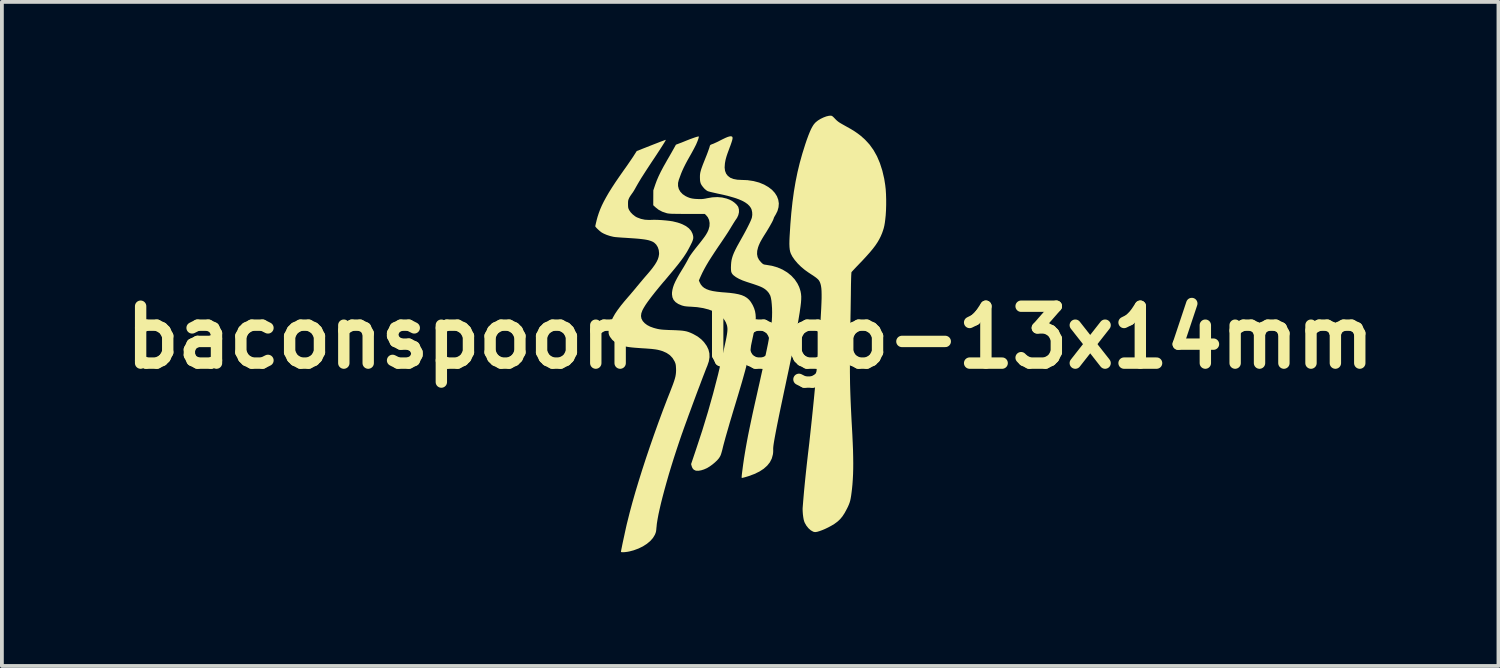
<source format=kicad_pcb>
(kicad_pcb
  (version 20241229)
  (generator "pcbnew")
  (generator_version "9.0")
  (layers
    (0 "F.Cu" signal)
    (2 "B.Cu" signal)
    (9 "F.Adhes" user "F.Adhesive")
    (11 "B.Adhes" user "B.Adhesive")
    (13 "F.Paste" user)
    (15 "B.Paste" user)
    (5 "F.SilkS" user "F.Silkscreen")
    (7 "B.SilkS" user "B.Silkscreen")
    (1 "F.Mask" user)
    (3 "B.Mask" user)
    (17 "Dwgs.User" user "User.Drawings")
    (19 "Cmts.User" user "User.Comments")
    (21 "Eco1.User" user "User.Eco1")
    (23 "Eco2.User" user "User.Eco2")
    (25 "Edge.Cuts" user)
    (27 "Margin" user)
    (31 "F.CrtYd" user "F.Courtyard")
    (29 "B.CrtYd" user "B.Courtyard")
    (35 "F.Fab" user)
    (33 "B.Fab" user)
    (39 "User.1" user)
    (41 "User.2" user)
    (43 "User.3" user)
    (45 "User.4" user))
  (footprint "baconspoon-logo-13x14mm"
    (layer "F.Cu")
    (at 16.729 5.845)
    (property "Reference" "baconspoon-logo-13x14mm" (at 0 0 0) (layer "F.SilkS") (effects (font (size 1.5 1.5) (thickness 0.3))))
    (attr board_only exclude_from_pos_files exclude_from_bom)
    (fp_poly (pts (xy 2.136 -5.844) (xy 2.156 -5.838) (xy 2.177 -5.823) (xy 2.204 -5.798) (xy 2.228 -5.773) (xy 2.257 -5.743) (xy 2.282 -5.719) (xy 2.308 -5.697) (xy 2.337 -5.675) (xy 2.373 -5.652) (xy 2.419 -5.625) (xy 2.479 -5.591) (xy 2.552 -5.55) (xy 2.659 -5.49) (xy 2.75 -5.434) (xy 2.83 -5.379) (xy 2.904 -5.323) (xy 2.976 -5.26) (xy 3.027 -5.214) (xy 3.146 -5.085) (xy 3.251 -4.939) (xy 3.343 -4.775) (xy 3.42 -4.594) (xy 3.484 -4.395) (xy 3.534 -4.18) (xy 3.56 -4.017) (xy 3.573 -3.903) (xy 3.581 -3.774) (xy 3.585 -3.634) (xy 3.585 -3.492) (xy 3.581 -3.352) (xy 3.573 -3.221) (xy 3.572 -3.211) (xy 3.561 -3.108) (xy 3.55 -3.021) (xy 3.537 -2.947) (xy 3.521 -2.88) (xy 3.501 -2.815) (xy 3.477 -2.747) (xy 3.442 -2.665) (xy 3.402 -2.585) (xy 3.355 -2.505) (xy 3.3 -2.423) (xy 3.234 -2.336) (xy 3.156 -2.242) (xy 3.065 -2.14) (xy 2.959 -2.025) (xy 2.923 -1.988) (xy 2.863 -1.925) (xy 2.807 -1.867) (xy 2.758 -1.815) (xy 2.718 -1.772) (xy 2.689 -1.741) (xy 2.673 -1.722) (xy 2.671 -1.719) (xy 2.668 -1.704) (xy 2.666 -1.669) (xy 2.663 -1.618) (xy 2.661 -1.552) (xy 2.659 -1.474) (xy 2.657 -1.387) (xy 2.656 -1.317) (xy 2.655 -1.228) (xy 2.654 -1.121) (xy 2.652 -0.999) (xy 2.65 -0.867) (xy 2.648 -0.728) (xy 2.645 -0.586) (xy 2.643 -0.445) (xy 2.641 -0.31) (xy 2.64 -0.288) (xy 2.636 -0.047) (xy 2.633 0.174) (xy 2.631 0.377) (xy 2.63 0.565) (xy 2.629 0.741) (xy 2.629 0.906) (xy 2.631 1.065) (xy 2.633 1.219) (xy 2.637 1.37) (xy 2.642 1.522) (xy 2.648 1.676) (xy 2.655 1.836) (xy 2.663 2.004) (xy 2.672 2.182) (xy 2.68 2.324) (xy 2.693 2.56) (xy 2.703 2.775) (xy 2.711 2.971) (xy 2.715 3.152) (xy 2.717 3.317) (xy 2.716 3.47) (xy 2.712 3.613) (xy 2.705 3.747) (xy 2.696 3.875) (xy 2.684 3.998) (xy 2.674 4.079) (xy 2.662 4.169) (xy 2.65 4.242) (xy 2.637 4.303) (xy 2.621 4.357) (xy 2.601 4.41) (xy 2.576 4.467) (xy 2.55 4.519) (xy 2.492 4.627) (xy 2.433 4.718) (xy 2.371 4.793) (xy 2.3 4.859) (xy 2.218 4.919) (xy 2.138 4.967) (xy 2.058 5.01) (xy 1.977 5.049) (xy 1.899 5.082) (xy 1.827 5.108) (xy 1.767 5.126) (xy 1.72 5.133) (xy 1.71 5.133) (xy 1.681 5.129) (xy 1.66 5.122) (xy 1.596 5.086) (xy 1.536 5.032) (xy 1.482 4.965) (xy 1.439 4.89) (xy 1.422 4.847) (xy 1.409 4.798) (xy 1.398 4.733) (xy 1.389 4.661) (xy 1.384 4.589) (xy 1.382 4.524) (xy 1.383 4.497) (xy 1.4 4.285) (xy 1.419 4.065) (xy 1.441 3.836) (xy 1.466 3.593) (xy 1.494 3.334) (xy 1.523 3.08) (xy 1.557 2.792) (xy 1.589 2.497) (xy 1.621 2.2) (xy 1.652 1.901) (xy 1.682 1.603) (xy 1.71 1.308) (xy 1.737 1.018) (xy 1.763 0.736) (xy 1.786 0.462) (xy 1.808 0.199) (xy 1.827 -0.05) (xy 1.844 -0.284) (xy 1.858 -0.5) (xy 1.869 -0.698) (xy 1.873 -0.773) (xy 1.879 -0.914) (xy 1.883 -1.034) (xy 1.883 -1.137) (xy 1.881 -1.223) (xy 1.876 -1.295) (xy 1.867 -1.356) (xy 1.855 -1.407) (xy 1.84 -1.45) (xy 1.822 -1.486) (xy 1.808 -1.507) (xy 1.79 -1.528) (xy 1.765 -1.551) (xy 1.732 -1.578) (xy 1.687 -1.61) (xy 1.628 -1.649) (xy 1.553 -1.699) (xy 1.543 -1.705) (xy 1.438 -1.78) (xy 1.339 -1.863) (xy 1.25 -1.951) (xy 1.173 -2.042) (xy 1.111 -2.131) (xy 1.072 -2.207) (xy 1.055 -2.255) (xy 1.043 -2.313) (xy 1.036 -2.383) (xy 1.033 -2.467) (xy 1.035 -2.569) (xy 1.039 -2.656) (xy 1.059 -2.979) (xy 1.084 -3.282) (xy 1.115 -3.569) (xy 1.152 -3.842) (xy 1.196 -4.102) (xy 1.247 -4.354) (xy 1.306 -4.598) (xy 1.373 -4.839) (xy 1.448 -5.078) (xy 1.449 -5.082) (xy 1.493 -5.212) (xy 1.533 -5.321) (xy 1.57 -5.413) (xy 1.604 -5.49) (xy 1.637 -5.552) (xy 1.669 -5.604) (xy 1.702 -5.645) (xy 1.728 -5.672) (xy 1.787 -5.719) (xy 1.857 -5.762) (xy 1.932 -5.798) (xy 2.007 -5.826) (xy 2.075 -5.842) (xy 2.111 -5.845)) (stroke (width 0) (type solid)) (fill yes) (layer "F.SilkS"))
    (fp_poly (pts (xy -1.356 -5.298) (xy -1.355 -5.283) (xy -1.362 -5.251) (xy -1.376 -5.208) (xy -1.396 -5.156) (xy -1.42 -5.1) (xy -1.427 -5.083) (xy -1.449 -5.04) (xy -1.478 -4.983) (xy -1.514 -4.916) (xy -1.552 -4.847) (xy -1.584 -4.79) (xy -1.651 -4.672) (xy -1.706 -4.569) (xy -1.752 -4.477) (xy -1.79 -4.394) (xy -1.822 -4.317) (xy -1.829 -4.298) (xy -1.847 -4.249) (xy -1.864 -4.202) (xy -1.878 -4.165) (xy -1.881 -4.158) (xy -1.902 -4.072) (xy -1.902 -3.989) (xy -1.882 -3.911) (xy -1.841 -3.839) (xy -1.781 -3.776) (xy -1.705 -3.725) (xy -1.645 -3.696) (xy -1.589 -3.675) (xy -1.53 -3.661) (xy -1.462 -3.652) (xy -1.394 -3.648) (xy -1.326 -3.646) (xy -1.273 -3.647) (xy -1.224 -3.652) (xy -1.171 -3.661) (xy -1.145 -3.667) (xy -1 -3.692) (xy -0.866 -3.699) (xy -0.74 -3.688) (xy -0.619 -3.659) (xy -0.544 -3.631) (xy -0.479 -3.598) (xy -0.417 -3.554) (xy -0.364 -3.506) (xy -0.325 -3.456) (xy -0.314 -3.436) (xy -0.297 -3.371) (xy -0.296 -3.299) (xy -0.313 -3.224) (xy -0.345 -3.154) (xy -0.369 -3.118) (xy -0.388 -3.091) (xy -0.414 -3.051) (xy -0.445 -3.002) (xy -0.477 -2.949) (xy -0.48 -2.945) (xy -0.512 -2.892) (xy -0.543 -2.841) (xy -0.575 -2.789) (xy -0.61 -2.735) (xy -0.65 -2.674) (xy -0.697 -2.604) (xy -0.752 -2.522) (xy -0.818 -2.425) (xy -0.837 -2.398) (xy -0.934 -2.253) (xy -1.018 -2.124) (xy -1.092 -2.008) (xy -1.155 -1.902) (xy -1.209 -1.805) (xy -1.257 -1.713) (xy -1.298 -1.625) (xy -1.31 -1.599) (xy -1.353 -1.5) (xy -1.332 -1.451) (xy -1.302 -1.394) (xy -1.263 -1.346) (xy -1.214 -1.305) (xy -1.152 -1.271) (xy -1.076 -1.243) (xy -0.985 -1.221) (xy -0.875 -1.204) (xy -0.745 -1.19) (xy -0.677 -1.185) (xy -0.535 -1.173) (xy -0.413 -1.157) (xy -0.309 -1.137) (xy -0.221 -1.112) (xy -0.147 -1.08) (xy -0.084 -1.04) (xy -0.03 -0.992) (xy 0.016 -0.935) (xy 0.057 -0.867) (xy 0.072 -0.839) (xy 0.104 -0.766) (xy 0.127 -0.692) (xy 0.141 -0.613) (xy 0.147 -0.527) (xy 0.143 -0.432) (xy 0.131 -0.324) (xy 0.111 -0.201) (xy 0.081 -0.06) (xy 0.079 -0.051) (xy 0.064 0.018) (xy 0.047 0.099) (xy 0.029 0.183) (xy 0.014 0.259) (xy 0.012 0.265) (xy -0.011 0.378) (xy -0.037 0.493) (xy -0.065 0.612) (xy -0.097 0.738) (xy -0.132 0.872) (xy -0.172 1.016) (xy -0.216 1.173) (xy -0.267 1.345) (xy -0.323 1.534) (xy -0.386 1.742) (xy -0.395 1.772) (xy -0.445 1.936) (xy -0.492 2.095) (xy -0.538 2.247) (xy -0.579 2.39) (xy -0.617 2.521) (xy -0.651 2.64) (xy -0.679 2.743) (xy -0.702 2.828) (xy -0.716 2.883) (xy -0.735 2.962) (xy -0.752 3.024) (xy -0.766 3.07) (xy -0.779 3.107) (xy -0.793 3.136) (xy -0.809 3.163) (xy -0.828 3.191) (xy -0.871 3.241) (xy -0.929 3.296) (xy -0.995 3.351) (xy -1.064 3.401) (xy -1.131 3.442) (xy -1.14 3.447) (xy -1.217 3.481) (xy -1.293 3.505) (xy -1.365 3.517) (xy -1.425 3.515) (xy -1.439 3.512) (xy -1.487 3.489) (xy -1.522 3.448) (xy -1.541 3.402) (xy -1.558 3.341) (xy -1.429 2.958) (xy -1.264 2.457) (xy -1.114 1.965) (xy -0.976 1.476) (xy -0.848 0.983) (xy -0.73 0.48) (xy -0.667 0.194) (xy -0.643 0.084) (xy -0.625 -0.007) (xy -0.612 -0.082) (xy -0.604 -0.143) (xy -0.6 -0.193) (xy -0.6 -0.236) (xy -0.604 -0.274) (xy -0.611 -0.309) (xy -0.616 -0.328) (xy -0.642 -0.396) (xy -0.677 -0.457) (xy -0.726 -0.516) (xy -0.763 -0.552) (xy -0.856 -0.625) (xy -0.967 -0.686) (xy -1.096 -0.735) (xy -1.241 -0.772) (xy -1.4 -0.797) (xy -1.551 -0.808) (xy -1.626 -0.812) (xy -1.684 -0.817) (xy -1.731 -0.823) (xy -1.772 -0.833) (xy -1.804 -0.842) (xy -1.896 -0.881) (xy -1.967 -0.929) (xy -2.019 -0.987) (xy -2.05 -1.056) (xy -2.062 -1.135) (xy -2.061 -1.186) (xy -2.051 -1.252) (xy -2.034 -1.321) (xy -2.008 -1.395) (xy -1.972 -1.476) (xy -1.924 -1.568) (xy -1.865 -1.672) (xy -1.793 -1.79) (xy -1.754 -1.854) (xy -1.714 -1.922) (xy -1.677 -1.987) (xy -1.647 -2.042) (xy -1.635 -2.065) (xy -1.611 -2.11) (xy -1.581 -2.158) (xy -1.544 -2.211) (xy -1.498 -2.273) (xy -1.44 -2.348) (xy -1.404 -2.393) (xy -1.331 -2.484) (xy -1.271 -2.561) (xy -1.222 -2.626) (xy -1.183 -2.681) (xy -1.153 -2.729) (xy -1.128 -2.773) (xy -1.109 -2.814) (xy -1.098 -2.841) (xy -1.074 -2.929) (xy -1.07 -3.015) (xy -1.084 -3.095) (xy -1.118 -3.168) (xy -1.163 -3.222) (xy -1.198 -3.255) (xy -1.662 -3.255) (xy -1.78 -3.255) (xy -1.878 -3.256) (xy -1.958 -3.257) (xy -2.022 -3.258) (xy -2.073 -3.259) (xy -2.114 -3.262) (xy -2.146 -3.265) (xy -2.172 -3.268) (xy -2.194 -3.273) (xy -2.203 -3.275) (xy -2.317 -3.313) (xy -2.414 -3.364) (xy -2.488 -3.422) (xy -2.556 -3.484) (xy -2.555 -3.68) (xy -2.554 -3.876) (xy -2.503 -4.028) (xy -2.464 -4.134) (xy -2.416 -4.246) (xy -2.357 -4.368) (xy -2.286 -4.502) (xy -2.202 -4.65) (xy -2.2 -4.655) (xy -2.16 -4.723) (xy -2.118 -4.796) (xy -2.078 -4.866) (xy -2.043 -4.928) (xy -2.026 -4.958) (xy -1.958 -5.08) (xy -1.862 -5.117) (xy -1.808 -5.137) (xy -1.744 -5.163) (xy -1.68 -5.189) (xy -1.647 -5.202) (xy -1.586 -5.226) (xy -1.526 -5.248) (xy -1.469 -5.268) (xy -1.42 -5.284) (xy -1.382 -5.294) (xy -1.36 -5.298)) (stroke (width 0) (type solid)) (fill yes) (layer "F.SilkS"))
    (fp_poly (pts (xy -0.506 -5.301) (xy -0.485 -5.297) (xy -0.471 -5.286) (xy -0.465 -5.266) (xy -0.466 -5.236) (xy -0.476 -5.193) (xy -0.494 -5.136) (xy -0.52 -5.061) (xy -0.54 -5.009) (xy -0.573 -4.919) (xy -0.6 -4.846) (xy -0.62 -4.786) (xy -0.635 -4.736) (xy -0.647 -4.691) (xy -0.656 -4.647) (xy -0.664 -4.601) (xy -0.667 -4.58) (xy -0.674 -4.478) (xy -0.663 -4.39) (xy -0.634 -4.316) (xy -0.587 -4.255) (xy -0.523 -4.208) (xy -0.441 -4.176) (xy -0.341 -4.157) (xy -0.245 -4.152) (xy -0.071 -4.145) (xy 0.089 -4.121) (xy 0.236 -4.082) (xy 0.367 -4.028) (xy 0.48 -3.963) (xy 0.575 -3.89) (xy 0.65 -3.808) (xy 0.705 -3.721) (xy 0.74 -3.628) (xy 0.755 -3.532) (xy 0.747 -3.432) (xy 0.719 -3.331) (xy 0.668 -3.23) (xy 0.666 -3.227) (xy 0.644 -3.191) (xy 0.628 -3.161) (xy 0.621 -3.143) (xy 0.621 -3.142) (xy 0.615 -3.121) (xy 0.599 -3.084) (xy 0.574 -3.034) (xy 0.541 -2.975) (xy 0.504 -2.909) (xy 0.462 -2.839) (xy 0.427 -2.781) (xy 0.371 -2.693) (xy 0.327 -2.621) (xy 0.292 -2.56) (xy 0.264 -2.509) (xy 0.243 -2.464) (xy 0.225 -2.422) (xy 0.21 -2.379) (xy 0.209 -2.379) (xy 0.185 -2.282) (xy 0.181 -2.195) (xy 0.196 -2.116) (xy 0.232 -2.045) (xy 0.282 -1.985) (xy 0.315 -1.952) (xy 0.34 -1.933) (xy 0.364 -1.922) (xy 0.394 -1.916) (xy 0.418 -1.913) (xy 0.573 -1.887) (xy 0.719 -1.845) (xy 0.853 -1.787) (xy 0.975 -1.714) (xy 1.082 -1.628) (xy 1.173 -1.53) (xy 1.246 -1.421) (xy 1.29 -1.331) (xy 1.312 -1.268) (xy 1.329 -1.207) (xy 1.34 -1.145) (xy 1.346 -1.078) (xy 1.345 -1.003) (xy 1.339 -0.916) (xy 1.327 -0.815) (xy 1.31 -0.697) (xy 1.305 -0.66) (xy 1.289 -0.564) (xy 1.274 -0.472) (xy 1.259 -0.384) (xy 1.244 -0.297) (xy 1.229 -0.209) (xy 1.213 -0.12) (xy 1.195 -0.027) (xy 1.176 0.071) (xy 1.155 0.177) (xy 1.132 0.292) (xy 1.106 0.418) (xy 1.078 0.556) (xy 1.046 0.708) (xy 1.011 0.876) (xy 0.971 1.062) (xy 0.928 1.267) (xy 0.904 1.377) (xy 0.855 1.611) (xy 0.81 1.824) (xy 0.77 2.016) (xy 0.735 2.189) (xy 0.704 2.342) (xy 0.678 2.477) (xy 0.656 2.594) (xy 0.638 2.693) (xy 0.624 2.776) (xy 0.614 2.843) (xy 0.608 2.895) (xy 0.606 2.933) (xy 0.606 2.952) (xy 0.607 2.994) (xy 0.604 3.046) (xy 0.598 3.089) (xy 0.569 3.195) (xy 0.519 3.293) (xy 0.448 3.382) (xy 0.356 3.464) (xy 0.244 3.537) (xy 0.11 3.602) (xy -0.044 3.659) (xy -0.131 3.685) (xy -0.176 3.697) (xy -0.204 3.704) (xy -0.219 3.704) (xy -0.225 3.699) (xy -0.226 3.689) (xy -0.226 3.688) (xy -0.224 3.662) (xy -0.22 3.618) (xy -0.213 3.559) (xy -0.204 3.489) (xy -0.194 3.412) (xy -0.183 3.331) (xy -0.171 3.25) (xy -0.163 3.193) (xy -0.14 3.052) (xy -0.115 2.905) (xy -0.087 2.75) (xy -0.056 2.586) (xy -0.02 2.409) (xy 0.02 2.218) (xy 0.064 2.01) (xy 0.114 1.784) (xy 0.141 1.664) (xy 0.18 1.492) (xy 0.214 1.339) (xy 0.245 1.204) (xy 0.271 1.085) (xy 0.294 0.981) (xy 0.315 0.888) (xy 0.333 0.806) (xy 0.349 0.732) (xy 0.364 0.664) (xy 0.378 0.6) (xy 0.391 0.538) (xy 0.395 0.519) (xy 0.43 0.354) (xy 0.46 0.21) (xy 0.486 0.084) (xy 0.507 -0.025) (xy 0.525 -0.119) (xy 0.539 -0.199) (xy 0.55 -0.267) (xy 0.558 -0.324) (xy 0.559 -0.333) (xy 0.57 -0.438) (xy 0.576 -0.548) (xy 0.578 -0.659) (xy 0.576 -0.769) (xy 0.569 -0.871) (xy 0.56 -0.964) (xy 0.546 -1.042) (xy 0.53 -1.1) (xy 0.492 -1.169) (xy 0.451 -1.218) (xy 0.423 -1.245) (xy 0.394 -1.269) (xy 0.363 -1.29) (xy 0.327 -1.311) (xy 0.284 -1.332) (xy 0.23 -1.354) (xy 0.164 -1.378) (xy 0.083 -1.406) (xy -0.016 -1.438) (xy -0.09 -1.462) (xy -0.2 -1.501) (xy -0.296 -1.544) (xy -0.376 -1.589) (xy -0.437 -1.635) (xy -0.445 -1.642) (xy -0.471 -1.67) (xy -0.489 -1.7) (xy -0.501 -1.734) (xy -0.506 -1.779) (xy -0.508 -1.837) (xy -0.505 -1.914) (xy -0.505 -1.917) (xy -0.5 -1.979) (xy -0.491 -2.039) (xy -0.476 -2.099) (xy -0.456 -2.162) (xy -0.428 -2.231) (xy -0.392 -2.308) (xy -0.347 -2.396) (xy -0.29 -2.499) (xy -0.244 -2.581) (xy -0.179 -2.697) (xy -0.12 -2.806) (xy -0.068 -2.906) (xy -0.024 -2.994) (xy 0.011 -3.069) (xy 0.035 -3.129) (xy 0.046 -3.165) (xy 0.055 -3.232) (xy 0.052 -3.302) (xy 0.037 -3.369) (xy 0.018 -3.412) (xy -0.02 -3.465) (xy -0.07 -3.514) (xy -0.135 -3.56) (xy -0.214 -3.603) (xy -0.31 -3.644) (xy -0.424 -3.683) (xy -0.556 -3.721) (xy -0.709 -3.759) (xy -0.858 -3.791) (xy -0.928 -3.807) (xy -0.994 -3.822) (xy -1.05 -3.835) (xy -1.093 -3.847) (xy -1.119 -3.855) (xy -1.12 -3.855) (xy -1.16 -3.88) (xy -1.205 -3.919) (xy -1.247 -3.967) (xy -1.283 -4.016) (xy -1.304 -4.057) (xy -1.316 -4.098) (xy -1.323 -4.146) (xy -1.325 -4.208) (xy -1.325 -4.22) (xy -1.325 -4.262) (xy -1.322 -4.301) (xy -1.316 -4.341) (xy -1.306 -4.383) (xy -1.292 -4.432) (xy -1.272 -4.49) (xy -1.246 -4.56) (xy -1.212 -4.645) (xy -1.18 -4.726) (xy -1.151 -4.798) (xy -1.125 -4.866) (xy -1.103 -4.927) (xy -1.085 -4.976) (xy -1.074 -5.01) (xy -1.072 -5.017) (xy -1.063 -5.051) (xy -1.052 -5.071) (xy -1.032 -5.083) (xy -1.001 -5.095) (xy -0.968 -5.107) (xy -0.922 -5.128) (xy -0.867 -5.153) (xy -0.811 -5.181) (xy -0.807 -5.184) (xy -0.721 -5.227) (xy -0.652 -5.26) (xy -0.597 -5.283) (xy -0.554 -5.296) (xy -0.521 -5.302)) (stroke (width 0) (type solid)) (fill yes) (layer "F.SilkS"))
    (fp_poly (pts (xy -2.229 -5.197) (xy -2.245 -5.167) (xy -2.274 -5.119) (xy -2.316 -5.052) (xy -2.37 -4.968) (xy -2.437 -4.865) (xy -2.517 -4.743) (xy -2.594 -4.628) (xy -2.679 -4.499) (xy -2.753 -4.386) (xy -2.817 -4.286) (xy -2.874 -4.197) (xy -2.924 -4.114) (xy -2.97 -4.036) (xy -3.013 -3.96) (xy -3.041 -3.91) (xy -3.067 -3.865) (xy -3.096 -3.82) (xy -3.12 -3.787) (xy -3.121 -3.786) (xy -3.147 -3.749) (xy -3.175 -3.705) (xy -3.19 -3.679) (xy -3.205 -3.645) (xy -3.215 -3.615) (xy -3.22 -3.58) (xy -3.221 -3.534) (xy -3.221 -3.515) (xy -3.22 -3.462) (xy -3.217 -3.425) (xy -3.209 -3.394) (xy -3.195 -3.364) (xy -3.192 -3.357) (xy -3.152 -3.298) (xy -3.097 -3.241) (xy -3.035 -3.192) (xy -2.986 -3.164) (xy -2.88 -3.124) (xy -2.775 -3.102) (xy -2.664 -3.096) (xy -2.623 -3.097) (xy -2.539 -3.1) (xy -2.439 -3.098) (xy -2.333 -3.092) (xy -2.227 -3.083) (xy -2.128 -3.072) (xy -2.044 -3.059) (xy -2.043 -3.059) (xy -1.908 -3.026) (xy -1.792 -2.984) (xy -1.694 -2.934) (xy -1.617 -2.876) (xy -1.559 -2.81) (xy -1.523 -2.739) (xy -1.508 -2.691) (xy -1.501 -2.649) (xy -1.502 -2.608) (xy -1.513 -2.564) (xy -1.533 -2.511) (xy -1.565 -2.446) (xy -1.575 -2.426) (xy -1.608 -2.362) (xy -1.641 -2.301) (xy -1.674 -2.243) (xy -1.711 -2.185) (xy -1.75 -2.126) (xy -1.795 -2.063) (xy -1.846 -1.995) (xy -1.904 -1.92) (xy -1.972 -1.836) (xy -2.049 -1.742) (xy -2.139 -1.635) (xy -2.241 -1.513) (xy -2.291 -1.456) (xy -2.415 -1.307) (xy -2.523 -1.174) (xy -2.616 -1.055) (xy -2.694 -0.95) (xy -2.758 -0.858) (xy -2.807 -0.778) (xy -2.84 -0.717) (xy -2.87 -0.636) (xy -2.879 -0.562) (xy -2.867 -0.494) (xy -2.833 -0.43) (xy -2.783 -0.375) (xy -2.717 -0.325) (xy -2.639 -0.284) (xy -2.545 -0.25) (xy -2.49 -0.235) (xy -2.442 -0.223) (xy -2.395 -0.214) (xy -2.345 -0.207) (xy -2.288 -0.202) (xy -2.219 -0.198) (xy -2.136 -0.194) (xy -2.059 -0.192) (xy -1.953 -0.188) (xy -1.865 -0.183) (xy -1.792 -0.177) (xy -1.731 -0.168) (xy -1.676 -0.157) (xy -1.625 -0.141) (xy -1.573 -0.121) (xy -1.518 -0.096) (xy -1.509 -0.092) (xy -1.389 -0.025) (xy -1.286 0.055) (xy -1.214 0.131) (xy -1.146 0.226) (xy -1.1 0.323) (xy -1.076 0.422) (xy -1.073 0.524) (xy -1.091 0.633) (xy -1.13 0.748) (xy -1.133 0.755) (xy -1.152 0.8) (xy -1.177 0.864) (xy -1.208 0.945) (xy -1.245 1.04) (xy -1.286 1.148) (xy -1.33 1.266) (xy -1.378 1.391) (xy -1.427 1.522) (xy -1.477 1.657) (xy -1.527 1.792) (xy -1.576 1.926) (xy -1.625 2.057) (xy -1.67 2.183) (xy -1.713 2.3) (xy -1.752 2.408) (xy -1.785 2.503) (xy -1.8 2.543) (xy -1.874 2.759) (xy -1.946 2.976) (xy -2.016 3.191) (xy -2.082 3.403) (xy -2.145 3.611) (xy -2.203 3.813) (xy -2.257 4.007) (xy -2.306 4.191) (xy -2.35 4.364) (xy -2.387 4.524) (xy -2.419 4.67) (xy -2.443 4.8) (xy -2.461 4.912) (xy -2.47 5.005) (xy -2.471 5.006) (xy -2.476 5.067) (xy -2.482 5.113) (xy -2.492 5.151) (xy -2.506 5.187) (xy -2.514 5.206) (xy -2.565 5.29) (xy -2.636 5.37) (xy -2.724 5.443) (xy -2.828 5.51) (xy -2.945 5.567) (xy -3.072 5.614) (xy -3.182 5.643) (xy -3.234 5.653) (xy -3.287 5.66) (xy -3.335 5.664) (xy -3.374 5.664) (xy -3.4 5.661) (xy -3.408 5.655) (xy -3.405 5.637) (xy -3.399 5.6) (xy -3.388 5.547) (xy -3.375 5.481) (xy -3.359 5.404) (xy -3.341 5.321) (xy -3.322 5.234) (xy -3.303 5.145) (xy -3.284 5.059) (xy -3.266 4.977) (xy -3.249 4.904) (xy -3.24 4.869) (xy -3.179 4.625) (xy -3.109 4.364) (xy -3.03 4.087) (xy -2.943 3.798) (xy -2.849 3.498) (xy -2.749 3.19) (xy -2.643 2.876) (xy -2.533 2.56) (xy -2.419 2.242) (xy -2.302 1.926) (xy -2.183 1.615) (xy -2.113 1.439) (xy -2.07 1.327) (xy -2.034 1.233) (xy -2.006 1.153) (xy -1.985 1.085) (xy -1.97 1.026) (xy -1.961 0.971) (xy -1.956 0.92) (xy -1.954 0.868) (xy -1.955 0.829) (xy -1.958 0.772) (xy -1.962 0.729) (xy -1.969 0.696) (xy -1.98 0.664) (xy -1.995 0.63) (xy -2.048 0.543) (xy -2.116 0.471) (xy -2.201 0.412) (xy -2.304 0.365) (xy -2.358 0.348) (xy -2.402 0.336) (xy -2.445 0.326) (xy -2.491 0.318) (xy -2.544 0.311) (xy -2.606 0.304) (xy -2.682 0.298) (xy -2.776 0.291) (xy -2.832 0.288) (xy -2.945 0.28) (xy -3.038 0.273) (xy -3.115 0.266) (xy -3.18 0.258) (xy -3.235 0.25) (xy -3.285 0.24) (xy -3.333 0.229) (xy -3.349 0.225) (xy -3.461 0.186) (xy -3.556 0.133) (xy -3.635 0.067) (xy -3.694 -0.011) (xy -3.696 -0.014) (xy -3.719 -0.058) (xy -3.731 -0.099) (xy -3.734 -0.143) (xy -3.729 -0.197) (xy -3.718 -0.252) (xy -3.695 -0.343) (xy -3.662 -0.433) (xy -3.618 -0.525) (xy -3.563 -0.622) (xy -3.494 -0.724) (xy -3.411 -0.835) (xy -3.312 -0.956) (xy -3.227 -1.055) (xy -3.173 -1.117) (xy -3.115 -1.186) (xy -3.057 -1.254) (xy -3.007 -1.314) (xy -2.984 -1.343) (xy -2.94 -1.395) (xy -2.887 -1.459) (xy -2.829 -1.528) (xy -2.771 -1.596) (xy -2.731 -1.642) (xy -2.642 -1.746) (xy -2.569 -1.838) (xy -2.511 -1.919) (xy -2.467 -1.992) (xy -2.435 -2.059) (xy -2.415 -2.121) (xy -2.404 -2.182) (xy -2.402 -2.22) (xy -2.411 -2.303) (xy -2.437 -2.38) (xy -2.478 -2.446) (xy -2.532 -2.498) (xy -2.564 -2.518) (xy -2.599 -2.534) (xy -2.637 -2.548) (xy -2.679 -2.561) (xy -2.729 -2.572) (xy -2.787 -2.582) (xy -2.857 -2.591) (xy -2.94 -2.6) (xy -3.038 -2.608) (xy -3.154 -2.616) (xy -3.289 -2.625) (xy -3.36 -2.629) (xy -3.429 -2.634) (xy -3.494 -2.639) (xy -3.552 -2.644) (xy -3.595 -2.65) (xy -3.613 -2.653) (xy -3.699 -2.674) (xy -3.783 -2.702) (xy -3.858 -2.734) (xy -3.912 -2.763) (xy -3.946 -2.788) (xy -3.983 -2.819) (xy -4.02 -2.853) (xy -4.052 -2.885) (xy -4.075 -2.912) (xy -4.085 -2.93) (xy -4.085 -2.931) (xy -4.082 -2.945) (xy -4.075 -2.976) (xy -4.065 -3.02) (xy -4.052 -3.073) (xy -4.051 -3.08) (xy -4.024 -3.179) (xy -3.992 -3.277) (xy -3.955 -3.376) (xy -3.911 -3.478) (xy -3.858 -3.585) (xy -3.797 -3.697) (xy -3.727 -3.818) (xy -3.645 -3.949) (xy -3.552 -4.091) (xy -3.446 -4.246) (xy -3.326 -4.417) (xy -3.308 -4.442) (xy -3.257 -4.514) (xy -3.206 -4.588) (xy -3.158 -4.658) (xy -3.115 -4.721) (xy -3.08 -4.773) (xy -3.065 -4.797) (xy -2.991 -4.913) (xy -2.61 -5.063) (xy -2.523 -5.097) (xy -2.443 -5.128) (xy -2.372 -5.156) (xy -2.312 -5.178) (xy -2.266 -5.195) (xy -2.237 -5.206) (xy -2.226 -5.209)) (stroke (width 0) (type solid)) (fill yes) (layer "F.SilkS")))
  (gr_rect
    (start -3 -3)
    (end 36.457 14.509)
    (stroke (width 0.1) (type default))
    (fill no)
    (layer "Edge.Cuts")))
</source>
